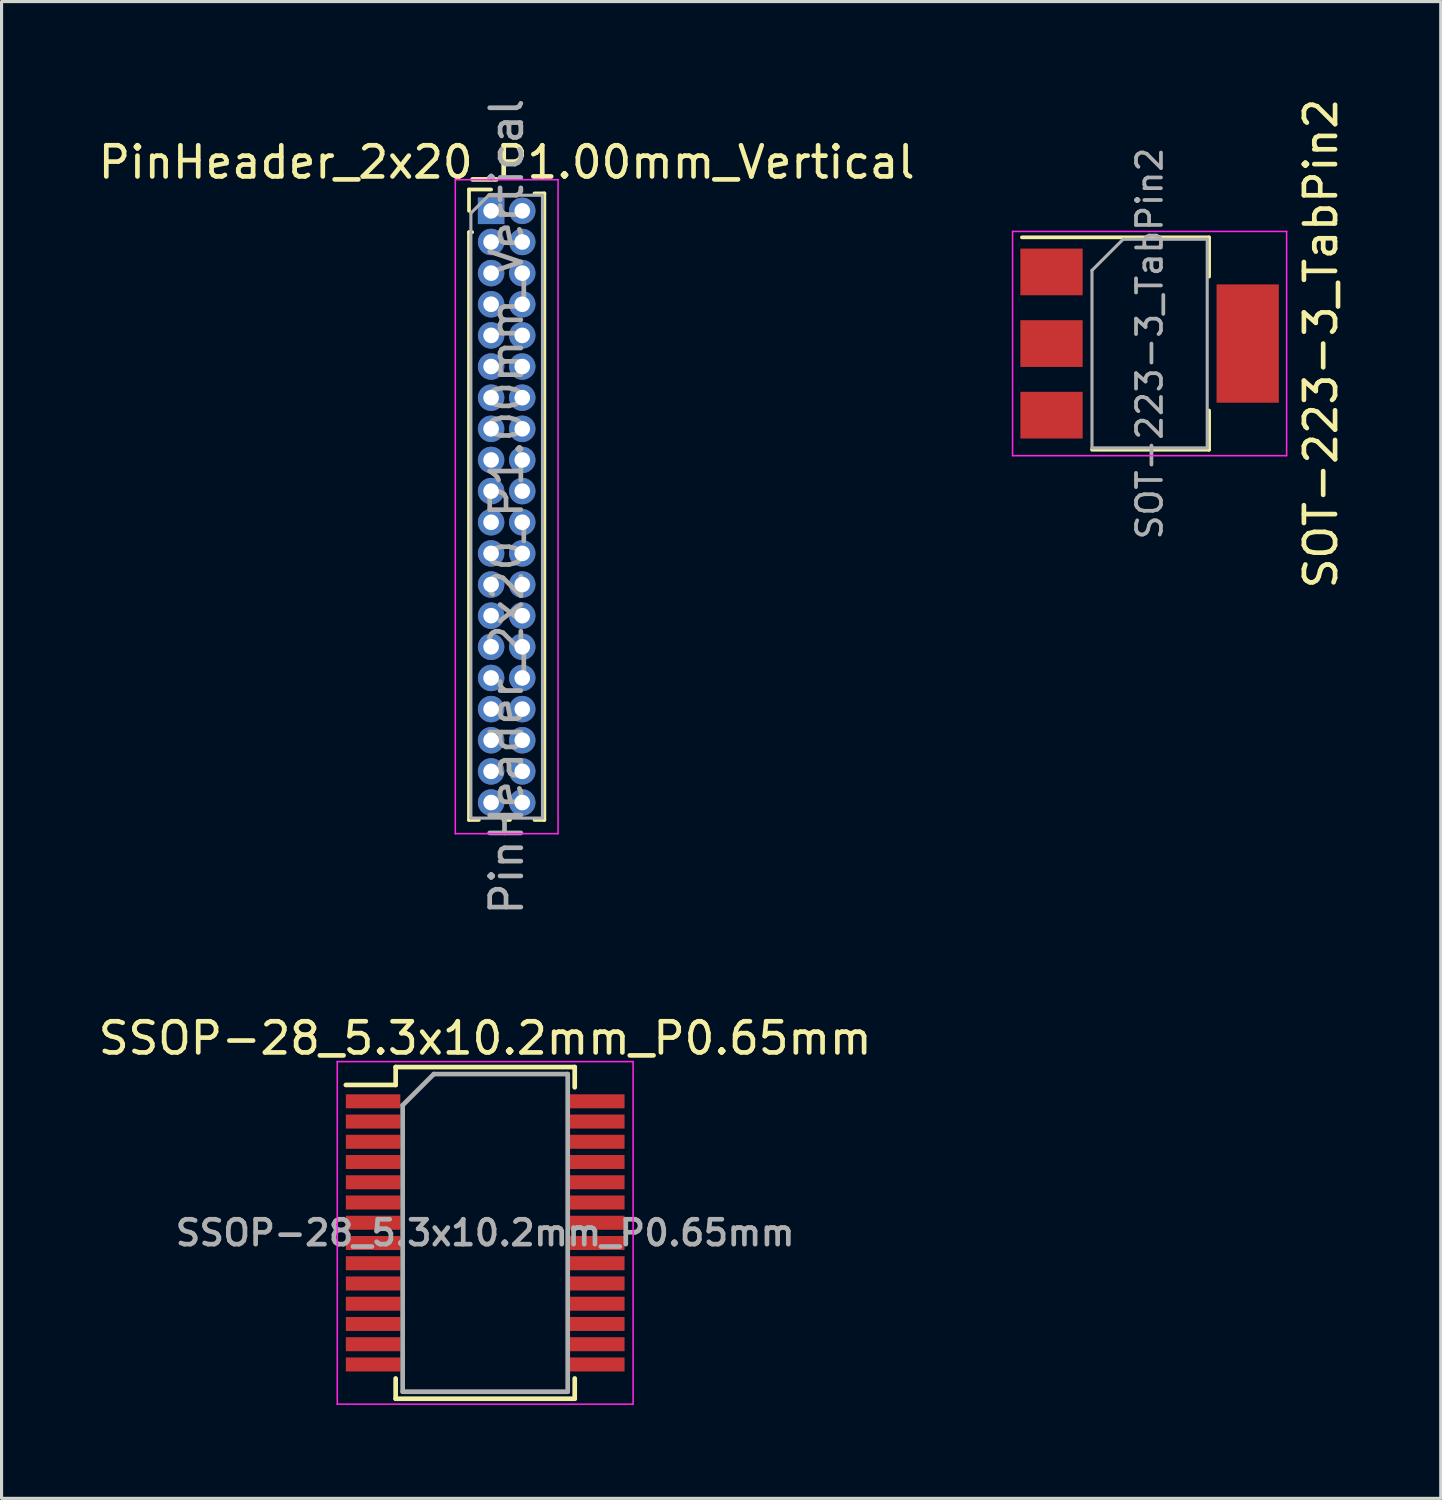
<source format=kicad_pcb>
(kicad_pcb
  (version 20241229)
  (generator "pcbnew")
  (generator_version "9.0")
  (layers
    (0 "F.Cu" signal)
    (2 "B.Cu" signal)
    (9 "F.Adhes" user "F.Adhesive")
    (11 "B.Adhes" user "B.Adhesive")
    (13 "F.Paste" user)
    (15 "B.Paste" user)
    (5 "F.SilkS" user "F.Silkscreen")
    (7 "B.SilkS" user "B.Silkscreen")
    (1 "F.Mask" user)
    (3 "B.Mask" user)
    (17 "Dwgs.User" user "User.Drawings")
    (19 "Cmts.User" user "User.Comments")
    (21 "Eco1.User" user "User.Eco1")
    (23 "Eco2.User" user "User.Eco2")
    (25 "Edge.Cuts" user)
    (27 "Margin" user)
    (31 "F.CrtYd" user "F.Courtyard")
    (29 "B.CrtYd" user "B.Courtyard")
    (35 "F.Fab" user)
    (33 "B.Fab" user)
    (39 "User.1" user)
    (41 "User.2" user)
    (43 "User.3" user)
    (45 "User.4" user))
  (footprint "SSOP-28_5.3x10.2mm_P0.65mm"
    (layer "F.Cu")
    (at 12.53 36.539)
    (property "Reference" "SSOP-28_5.3x10.2mm_P0.65mm" (at 0 -6.25 0) (layer "F.SilkS") (effects (font (size 1 1) (thickness 0.15))))
    (attr smd)
    (fp_line (start -2.875 -5.325) (end -2.875 -4.75) (stroke (width 0.15) (type solid)) (layer "F.SilkS"))
    (fp_line (start -2.875 -5.325) (end 2.875 -5.325) (stroke (width 0.15) (type solid)) (layer "F.SilkS"))
    (fp_line (start -2.875 -4.75) (end -4.475 -4.75) (stroke (width 0.15) (type solid)) (layer "F.SilkS"))
    (fp_line (start -2.875 5.325) (end -2.875 4.675) (stroke (width 0.15) (type solid)) (layer "F.SilkS"))
    (fp_line (start -2.875 5.325) (end 2.875 5.325) (stroke (width 0.15) (type solid)) (layer "F.SilkS"))
    (fp_line (start 2.875 -5.325) (end 2.875 -4.675) (stroke (width 0.15) (type solid)) (layer "F.SilkS"))
    (fp_line (start 2.875 5.325) (end 2.875 4.675) (stroke (width 0.15) (type solid)) (layer "F.SilkS"))
    (fp_line (start -4.75 -5.5) (end -4.75 5.5) (stroke (width 0.05) (type solid)) (layer "F.CrtYd"))
    (fp_line (start -4.75 -5.5) (end 4.75 -5.5) (stroke (width 0.05) (type solid)) (layer "F.CrtYd"))
    (fp_line (start -4.75 5.5) (end 4.75 5.5) (stroke (width 0.05) (type solid)) (layer "F.CrtYd"))
    (fp_line (start 4.75 -5.5) (end 4.75 5.5) (stroke (width 0.05) (type solid)) (layer "F.CrtYd"))
    (fp_line (start -2.65 -4.1) (end -1.65 -5.1) (stroke (width 0.15) (type solid)) (layer "F.Fab"))
    (fp_line (start -2.65 5.1) (end -2.65 -4.1) (stroke (width 0.15) (type solid)) (layer "F.Fab"))
    (fp_line (start -1.65 -5.1) (end 2.65 -5.1) (stroke (width 0.15) (type solid)) (layer "F.Fab"))
    (fp_line (start 2.65 -5.1) (end 2.65 5.1) (stroke (width 0.15) (type solid)) (layer "F.Fab"))
    (fp_line (start 2.65 5.1) (end -2.65 5.1) (stroke (width 0.15) (type solid)) (layer "F.Fab"))
    (fp_text user "${REFERENCE}" (at 0 0 0) (layer "F.Fab") (effects (font (size 0.8 0.8) (thickness 0.15))))
    (pad "1" smd rect (at -3.6 -4.225) (size 1.75 0.45) (layers "F.Cu" "F.Mask" "F.Paste"))
    (pad "2" smd rect (at -3.6 -3.575) (size 1.75 0.45) (layers "F.Cu" "F.Mask" "F.Paste"))
    (pad "3" smd rect (at -3.6 -2.925) (size 1.75 0.45) (layers "F.Cu" "F.Mask" "F.Paste"))
    (pad "4" smd rect (at -3.6 -2.275) (size 1.75 0.45) (layers "F.Cu" "F.Mask" "F.Paste"))
    (pad "5" smd rect (at -3.6 -1.625) (size 1.75 0.45) (layers "F.Cu" "F.Mask" "F.Paste"))
    (pad "6" smd rect (at -3.6 -0.975) (size 1.75 0.45) (layers "F.Cu" "F.Mask" "F.Paste"))
    (pad "7" smd rect (at -3.6 -0.325) (size 1.75 0.45) (layers "F.Cu" "F.Mask" "F.Paste"))
    (pad "8" smd rect (at -3.6 0.325) (size 1.75 0.45) (layers "F.Cu" "F.Mask" "F.Paste"))
    (pad "9" smd rect (at -3.6 0.975) (size 1.75 0.45) (layers "F.Cu" "F.Mask" "F.Paste"))
    (pad "10" smd rect (at -3.6 1.625) (size 1.75 0.45) (layers "F.Cu" "F.Mask" "F.Paste"))
    (pad "11" smd rect (at -3.6 2.275) (size 1.75 0.45) (layers "F.Cu" "F.Mask" "F.Paste"))
    (pad "12" smd rect (at -3.6 2.925) (size 1.75 0.45) (layers "F.Cu" "F.Mask" "F.Paste"))
    (pad "13" smd rect (at -3.6 3.575) (size 1.75 0.45) (layers "F.Cu" "F.Mask" "F.Paste"))
    (pad "14" smd rect (at -3.6 4.225) (size 1.75 0.45) (layers "F.Cu" "F.Mask" "F.Paste"))
    (pad "15" smd rect (at 3.6 4.225) (size 1.75 0.45) (layers "F.Cu" "F.Mask" "F.Paste"))
    (pad "16" smd rect (at 3.6 3.575) (size 1.75 0.45) (layers "F.Cu" "F.Mask" "F.Paste"))
    (pad "17" smd rect (at 3.6 2.925) (size 1.75 0.45) (layers "F.Cu" "F.Mask" "F.Paste"))
    (pad "18" smd rect (at 3.6 2.275) (size 1.75 0.45) (layers "F.Cu" "F.Mask" "F.Paste"))
    (pad "19" smd rect (at 3.6 1.625) (size 1.75 0.45) (layers "F.Cu" "F.Mask" "F.Paste"))
    (pad "20" smd rect (at 3.6 0.975) (size 1.75 0.45) (layers "F.Cu" "F.Mask" "F.Paste"))
    (pad "21" smd rect (at 3.6 0.325) (size 1.75 0.45) (layers "F.Cu" "F.Mask" "F.Paste"))
    (pad "22" smd rect (at 3.6 -0.325) (size 1.75 0.45) (layers "F.Cu" "F.Mask" "F.Paste"))
    (pad "23" smd rect (at 3.6 -0.975) (size 1.75 0.45) (layers "F.Cu" "F.Mask" "F.Paste"))
    (pad "24" smd rect (at 3.6 -1.625) (size 1.75 0.45) (layers "F.Cu" "F.Mask" "F.Paste"))
    (pad "25" smd rect (at 3.6 -2.275) (size 1.75 0.45) (layers "F.Cu" "F.Mask" "F.Paste"))
    (pad "26" smd rect (at 3.6 -2.925) (size 1.75 0.45) (layers "F.Cu" "F.Mask" "F.Paste"))
    (pad "27" smd rect (at 3.6 -3.575) (size 1.75 0.45) (layers "F.Cu" "F.Mask" "F.Paste"))
    (pad "28" smd rect (at 3.6 -4.225) (size 1.75 0.45) (layers "F.Cu" "F.Mask" "F.Paste")))
  (footprint "SOT-223-3_TabPin2"
    (layer "F.Cu")
    (at 33.865 7.982)
    (property "Reference" "SOT-223-3_TabPin2" (at 5.5 0 90) (layer "F.SilkS") (effects (font (size 1 1) (thickness 0.15))))
    (attr smd)
    (fp_line (start -4.1 -3.41) (end 1.91 -3.41) (stroke (width 0.12) (type solid)) (layer "F.SilkS"))
    (fp_line (start -1.85 3.41) (end 1.91 3.41) (stroke (width 0.12) (type solid)) (layer "F.SilkS"))
    (fp_line (start 1.91 -3.41) (end 1.91 -2.15) (stroke (width 0.12) (type solid)) (layer "F.SilkS"))
    (fp_line (start 1.91 3.41) (end 1.91 2.15) (stroke (width 0.12) (type solid)) (layer "F.SilkS"))
    (fp_line (start -4.4 -3.6) (end -4.4 3.6) (stroke (width 0.05) (type solid)) (layer "F.CrtYd"))
    (fp_line (start -4.4 3.6) (end 4.4 3.6) (stroke (width 0.05) (type solid)) (layer "F.CrtYd"))
    (fp_line (start 4.4 -3.6) (end -4.4 -3.6) (stroke (width 0.05) (type solid)) (layer "F.CrtYd"))
    (fp_line (start 4.4 3.6) (end 4.4 -3.6) (stroke (width 0.05) (type solid)) (layer "F.CrtYd"))
    (fp_line (start -1.85 -2.35) (end -1.85 3.35) (stroke (width 0.1) (type solid)) (layer "F.Fab"))
    (fp_line (start -1.85 -2.35) (end -0.85 -3.35) (stroke (width 0.1) (type solid)) (layer "F.Fab"))
    (fp_line (start -1.85 3.35) (end 1.85 3.35) (stroke (width 0.1) (type solid)) (layer "F.Fab"))
    (fp_line (start -0.85 -3.35) (end 1.85 -3.35) (stroke (width 0.1) (type solid)) (layer "F.Fab"))
    (fp_line (start 1.85 -3.35) (end 1.85 3.35) (stroke (width 0.1) (type solid)) (layer "F.Fab"))
    (fp_text user "${REFERENCE}" (at 0 0 90) (layer "F.Fab") (effects (font (size 0.8 0.8) (thickness 0.12))))
    (pad "1" smd rect (at -3.15 -2.3) (size 2 1.5) (layers "F.Cu" "F.Mask" "F.Paste"))
    (pad "2" smd rect (at -3.15 0) (size 2 1.5) (layers "F.Cu" "F.Mask" "F.Paste"))
    (pad "2" smd rect (at 3.15 0) (size 2 3.8) (layers "F.Cu" "F.Mask" "F.Paste"))
    (pad "3" smd rect (at -3.15 2.3) (size 2 1.5) (layers "F.Cu" "F.Mask" "F.Paste")))
  (footprint "PinHeader_2x20_P1.00mm_Vertical"
    (layer "F.Cu")
    (at 12.72 3.72)
    (property "Reference" "PinHeader_2x20_P1.00mm_Vertical" (at 0.5 -1.56 0) (layer "F.SilkS") (effects (font (size 1 1) (thickness 0.15))))
    (attr through_hole)
    (fp_line (start -0.71 -0.685) (end 0 -0.685) (stroke (width 0.12) (type solid)) (layer "F.SilkS"))
    (fp_line (start -0.71 0) (end -0.71 -0.685) (stroke (width 0.12) (type solid)) (layer "F.SilkS"))
    (fp_line (start -0.71 0.685) (end -0.71 19.56) (stroke (width 0.12) (type solid)) (layer "F.SilkS"))
    (fp_line (start -0.71 0.685) (end -0.608 0.685) (stroke (width 0.12) (type solid)) (layer "F.SilkS"))
    (fp_line (start -0.71 19.56) (end -0.394 19.56) (stroke (width 0.12) (type solid)) (layer "F.SilkS"))
    (fp_line (start 0.394 19.56) (end 0.606 19.56) (stroke (width 0.12) (type solid)) (layer "F.SilkS"))
    (fp_line (start 1.394 -0.56) (end 1.71 -0.56) (stroke (width 0.12) (type solid)) (layer "F.SilkS"))
    (fp_line (start 1.394 19.56) (end 1.71 19.56) (stroke (width 0.12) (type solid)) (layer "F.SilkS"))
    (fp_line (start 1.71 -0.56) (end 1.71 19.56) (stroke (width 0.12) (type solid)) (layer "F.SilkS"))
    (fp_line (start -1.15 -1) (end -1.15 20) (stroke (width 0.05) (type solid)) (layer "F.CrtYd"))
    (fp_line (start -1.15 20) (end 2.15 20) (stroke (width 0.05) (type solid)) (layer "F.CrtYd"))
    (fp_line (start 2.15 -1) (end -1.15 -1) (stroke (width 0.05) (type solid)) (layer "F.CrtYd"))
    (fp_line (start 2.15 20) (end 2.15 -1) (stroke (width 0.05) (type solid)) (layer "F.CrtYd"))
    (fp_line (start -0.65 0.075) (end -0.075 -0.5) (stroke (width 0.1) (type solid)) (layer "F.Fab"))
    (fp_line (start -0.65 19.5) (end -0.65 0.075) (stroke (width 0.1) (type solid)) (layer "F.Fab"))
    (fp_line (start -0.075 -0.5) (end 1.65 -0.5) (stroke (width 0.1) (type solid)) (layer "F.Fab"))
    (fp_line (start 1.65 -0.5) (end 1.65 19.5) (stroke (width 0.1) (type solid)) (layer "F.Fab"))
    (fp_line (start 1.65 19.5) (end -0.65 19.5) (stroke (width 0.1) (type solid)) (layer "F.Fab"))
    (fp_text user "${REFERENCE}" (at 0.5 9.5 90) (layer "F.Fab") (effects (font (size 1 1) (thickness 0.15))))
    (pad "1" thru_hole rect (at 0 0) (size 0.85 0.85) (drill 0.5) (layers "*.Cu" "*.Mask"))
    (pad "2" thru_hole oval (at 1 0) (size 0.85 0.85) (drill 0.5) (layers "*.Cu" "*.Mask"))
    (pad "3" thru_hole oval (at 0 1) (size 0.85 0.85) (drill 0.5) (layers "*.Cu" "*.Mask"))
    (pad "4" thru_hole oval (at 1 1) (size 0.85 0.85) (drill 0.5) (layers "*.Cu" "*.Mask"))
    (pad "5" thru_hole oval (at 0 2) (size 0.85 0.85) (drill 0.5) (layers "*.Cu" "*.Mask"))
    (pad "6" thru_hole oval (at 1 2) (size 0.85 0.85) (drill 0.5) (layers "*.Cu" "*.Mask"))
    (pad "7" thru_hole oval (at 0 3) (size 0.85 0.85) (drill 0.5) (layers "*.Cu" "*.Mask"))
    (pad "8" thru_hole oval (at 1 3) (size 0.85 0.85) (drill 0.5) (layers "*.Cu" "*.Mask"))
    (pad "9" thru_hole oval (at 0 4) (size 0.85 0.85) (drill 0.5) (layers "*.Cu" "*.Mask"))
    (pad "10" thru_hole oval (at 1 4) (size 0.85 0.85) (drill 0.5) (layers "*.Cu" "*.Mask"))
    (pad "11" thru_hole oval (at 0 5) (size 0.85 0.85) (drill 0.5) (layers "*.Cu" "*.Mask"))
    (pad "12" thru_hole oval (at 1 5) (size 0.85 0.85) (drill 0.5) (layers "*.Cu" "*.Mask"))
    (pad "13" thru_hole oval (at 0 6) (size 0.85 0.85) (drill 0.5) (layers "*.Cu" "*.Mask"))
    (pad "14" thru_hole oval (at 1 6) (size 0.85 0.85) (drill 0.5) (layers "*.Cu" "*.Mask"))
    (pad "15" thru_hole oval (at 0 7) (size 0.85 0.85) (drill 0.5) (layers "*.Cu" "*.Mask"))
    (pad "16" thru_hole oval (at 1 7) (size 0.85 0.85) (drill 0.5) (layers "*.Cu" "*.Mask"))
    (pad "17" thru_hole oval (at 0 8) (size 0.85 0.85) (drill 0.5) (layers "*.Cu" "*.Mask"))
    (pad "18" thru_hole oval (at 1 8) (size 0.85 0.85) (drill 0.5) (layers "*.Cu" "*.Mask"))
    (pad "19" thru_hole oval (at 0 9) (size 0.85 0.85) (drill 0.5) (layers "*.Cu" "*.Mask"))
    (pad "20" thru_hole oval (at 1 9) (size 0.85 0.85) (drill 0.5) (layers "*.Cu" "*.Mask"))
    (pad "21" thru_hole oval (at 0 10) (size 0.85 0.85) (drill 0.5) (layers "*.Cu" "*.Mask"))
    (pad "22" thru_hole oval (at 1 10) (size 0.85 0.85) (drill 0.5) (layers "*.Cu" "*.Mask"))
    (pad "23" thru_hole oval (at 0 11) (size 0.85 0.85) (drill 0.5) (layers "*.Cu" "*.Mask"))
    (pad "24" thru_hole oval (at 1 11) (size 0.85 0.85) (drill 0.5) (layers "*.Cu" "*.Mask"))
    (pad "25" thru_hole oval (at 0 12) (size 0.85 0.85) (drill 0.5) (layers "*.Cu" "*.Mask"))
    (pad "26" thru_hole oval (at 1 12) (size 0.85 0.85) (drill 0.5) (layers "*.Cu" "*.Mask"))
    (pad "27" thru_hole oval (at 0 13) (size 0.85 0.85) (drill 0.5) (layers "*.Cu" "*.Mask"))
    (pad "28" thru_hole oval (at 1 13) (size 0.85 0.85) (drill 0.5) (layers "*.Cu" "*.Mask"))
    (pad "29" thru_hole oval (at 0 14) (size 0.85 0.85) (drill 0.5) (layers "*.Cu" "*.Mask"))
    (pad "30" thru_hole oval (at 1 14) (size 0.85 0.85) (drill 0.5) (layers "*.Cu" "*.Mask"))
    (pad "31" thru_hole oval (at 0 15) (size 0.85 0.85) (drill 0.5) (layers "*.Cu" "*.Mask"))
    (pad "32" thru_hole oval (at 1 15) (size 0.85 0.85) (drill 0.5) (layers "*.Cu" "*.Mask"))
    (pad "33" thru_hole oval (at 0 16) (size 0.85 0.85) (drill 0.5) (layers "*.Cu" "*.Mask"))
    (pad "34" thru_hole oval (at 1 16) (size 0.85 0.85) (drill 0.5) (layers "*.Cu" "*.Mask"))
    (pad "35" thru_hole oval (at 0 17) (size 0.85 0.85) (drill 0.5) (layers "*.Cu" "*.Mask"))
    (pad "36" thru_hole oval (at 1 17) (size 0.85 0.85) (drill 0.5) (layers "*.Cu" "*.Mask"))
    (pad "37" thru_hole oval (at 0 18) (size 0.85 0.85) (drill 0.5) (layers "*.Cu" "*.Mask"))
    (pad "38" thru_hole oval (at 1 18) (size 0.85 0.85) (drill 0.5) (layers "*.Cu" "*.Mask"))
    (pad "39" thru_hole oval (at 0 19) (size 0.85 0.85) (drill 0.5) (layers "*.Cu" "*.Mask"))
    (pad "40" thru_hole oval (at 1 19) (size 0.85 0.85) (drill 0.5) (layers "*.Cu" "*.Mask")))
  (gr_rect
    (start -3 -3)
    (end 43.214 45.064)
    (stroke (width 0.1) (type default))
    (fill no)
    (layer "Edge.Cuts")))
</source>
